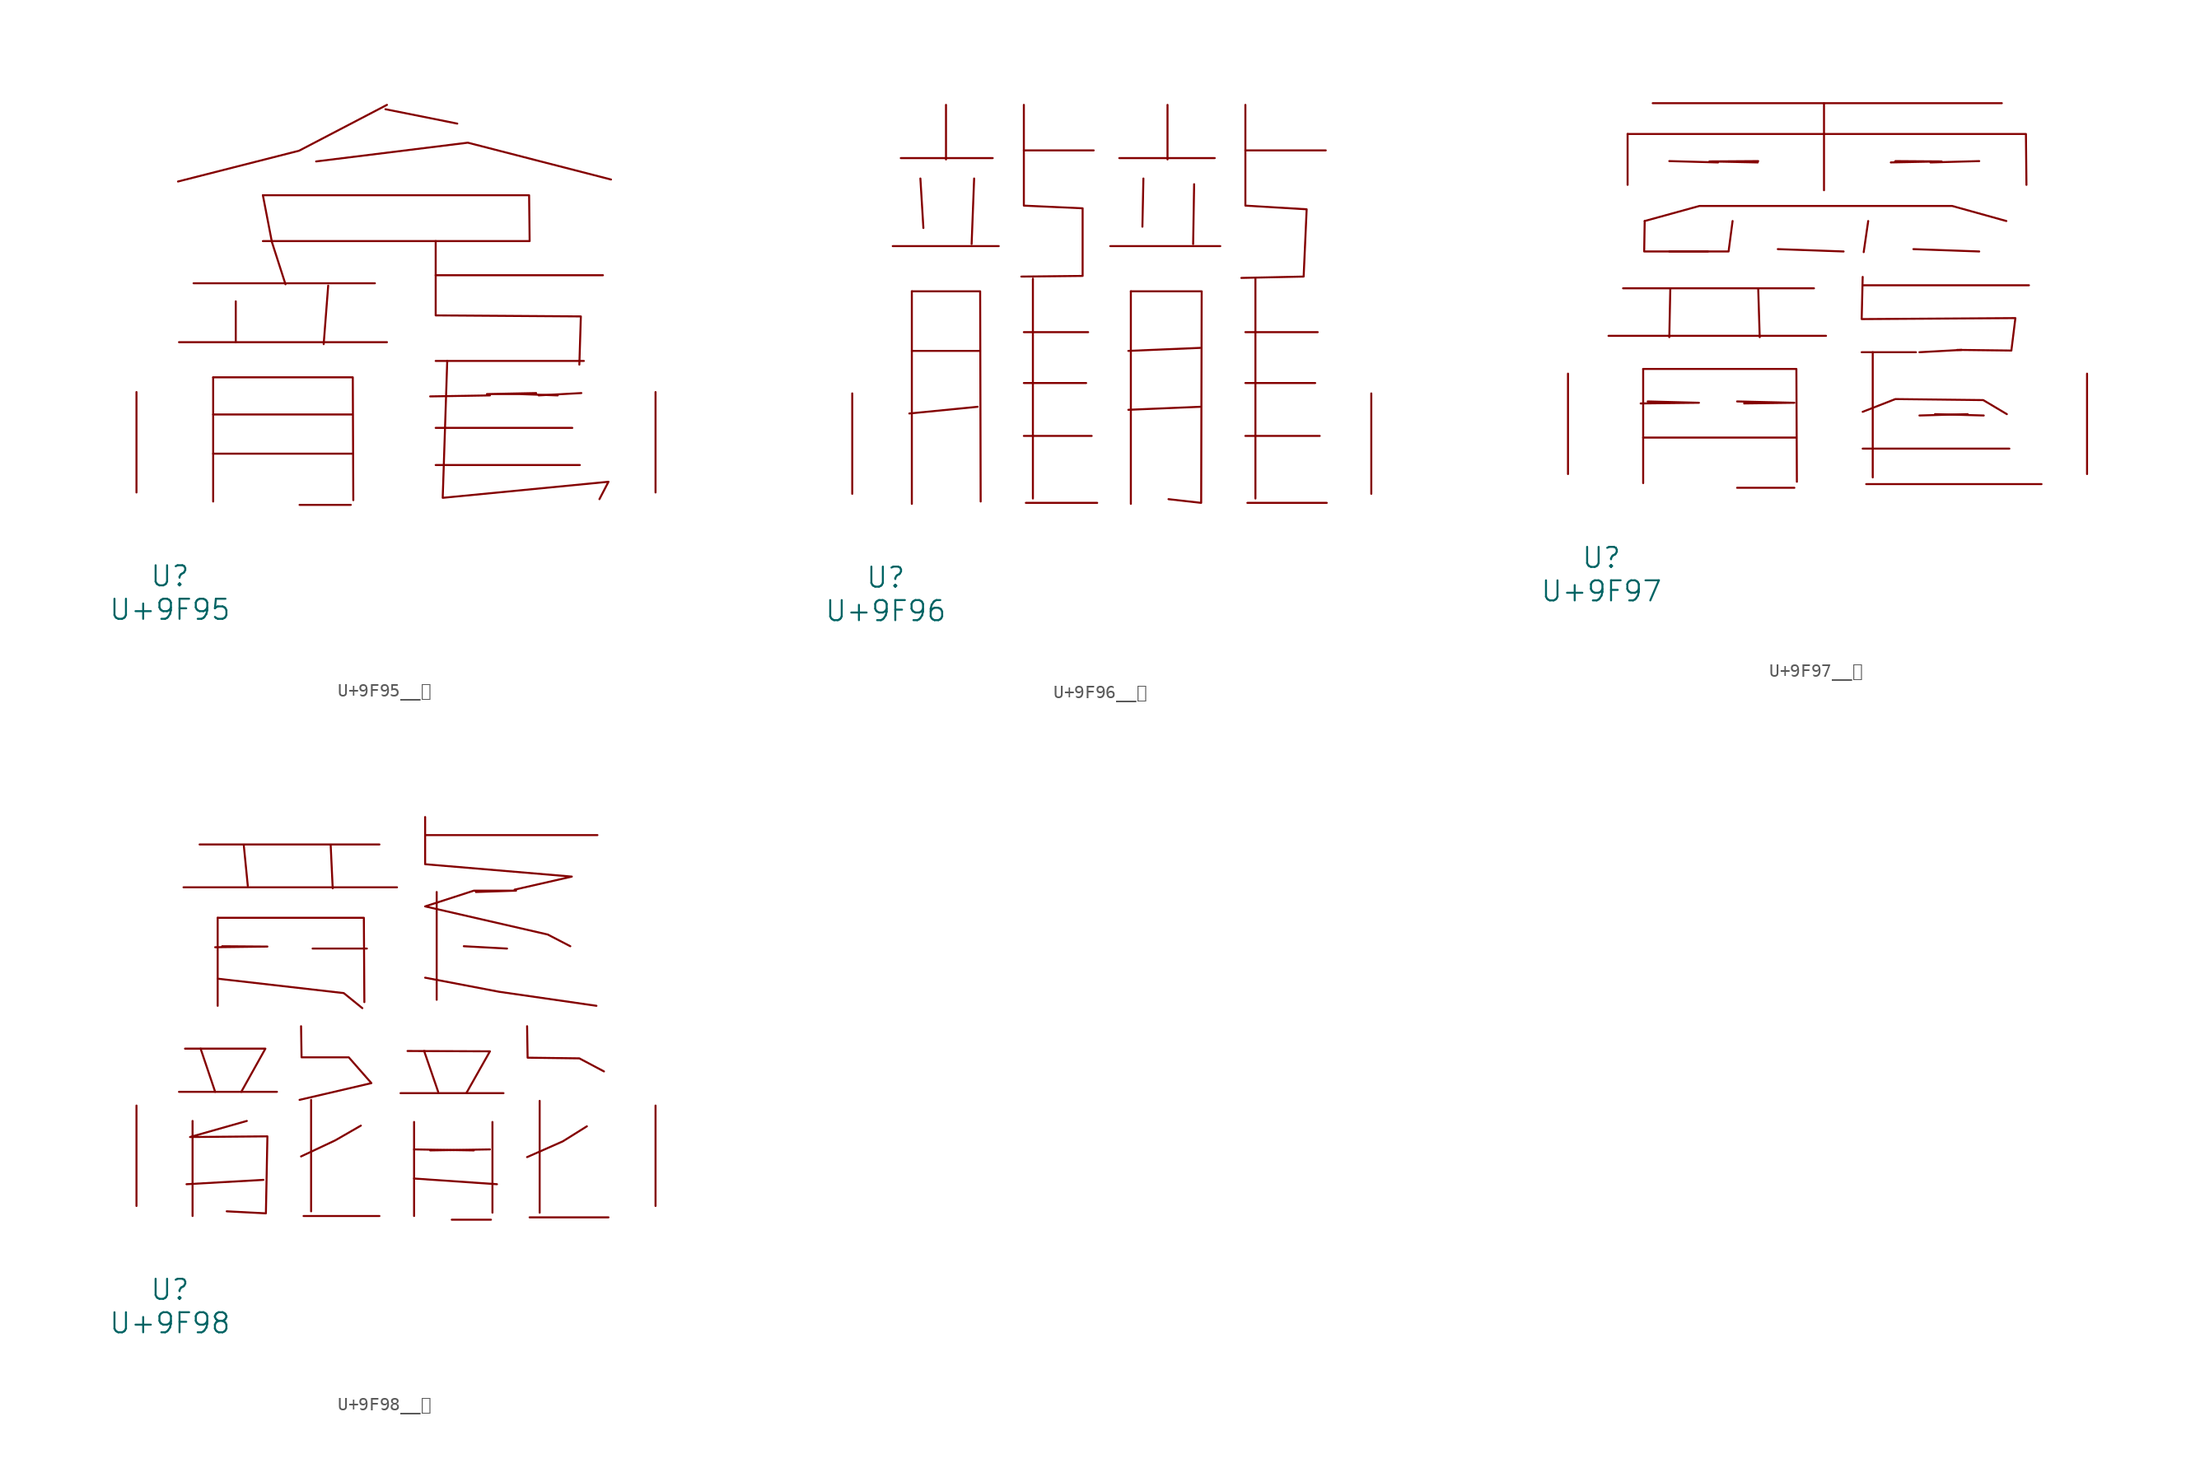
<source format=kicad_sym>
(kicad_symbol_lib
  (version 20231120)
  (generator "kicad_symbol_editor")
  (generator_version "8.0")
  (symbol "U+9F95__龕"
    (pin_names
      (offset 1.016))
    (property "Reference" "U"
      (at 0 -6.35 0)
      (effects (font (size 1.524 1.524))))
    (property "Value" "U+9F95"
      (at 0 -8.89 0)
      (effects (font (size 1.524 1.524))))
    (symbol "U+9F95__龕_0_1"
      (polyline (pts (xy 0.686 11.405) (xy 16.459 11.405)) (stroke (width 0) (type solid)) (fill (type none)))
      (polyline (pts (xy 1.791 15.875) (xy 15.545 15.875)) (stroke (width 0) (type solid)) (fill (type none)))
      (polyline (pts (xy 3.277 2.946) (xy 13.83 2.946)) (stroke (width 0) (type solid)) (fill (type none)))
      (polyline (pts (xy 3.277 5.918) (xy 13.83 5.918)) (stroke (width 0) (type solid)) (fill (type none)))
      (polyline (pts (xy 3.277 8.738) (xy 3.277 -0.686)) (stroke (width 0) (type solid)) (fill (type none)))
      (polyline (pts (xy 4.991 14.503) (xy 4.991 11.405)) (stroke (width 0) (type solid)) (fill (type none)))
      (polyline (pts (xy 7.048 19.075) (xy 27.28 19.075)) (stroke (width 0) (type solid)) (fill (type none)))
      (polyline (pts (xy 9.83 -0.94) (xy 13.716 -0.94)) (stroke (width 0) (type solid)) (fill (type none)))
      (polyline (pts (xy 12.002 15.697) (xy 11.659 11.252)) (stroke (width 0) (type solid)) (fill (type none)))
      (polyline (pts (xy 16.345 29.083) (xy 21.793 27.991)) (stroke (width 0) (type solid)) (fill (type none)))
      (polyline (pts (xy 20.155 2.083) (xy 31.09 2.083)) (stroke (width 0) (type solid)) (fill (type none)))
      (polyline (pts (xy 20.155 4.902) (xy 30.518 4.902)) (stroke (width 0) (type solid)) (fill (type none)))
      (polyline (pts (xy 20.155 9.982) (xy 31.394 9.982)) (stroke (width 0) (type solid)) (fill (type none)))
      (polyline (pts (xy 20.155 16.485) (xy 32.842 16.485)) (stroke (width 0) (type solid)) (fill (type none)))
      (polyline (pts (xy 24.27 7.366) (xy 19.736 7.29)) (stroke (width 0) (type solid)) (fill (type none)))
      (polyline (pts (xy 27.965 7.366) (xy 31.204 7.544)) (stroke (width 0) (type solid)) (fill (type none)))
      (polyline (pts (xy 3.277 8.738) (xy 13.868 8.738) (xy 13.906 -0.584)) (stroke (width 0) (type solid)) (fill (type none)))
      (polyline (pts (xy 7.048 22.555) (xy 7.734 18.999) (xy 8.763 15.799)) (stroke (width 0) (type solid)) (fill (type none)))
      (polyline (pts (xy 7.048 22.555) (xy 27.241 22.555) (xy 27.28 19.126)) (stroke (width 0) (type solid)) (fill (type none)))
      (polyline (pts (xy 11.087 25.121) (xy 22.593 26.543) (xy 33.452 23.749)) (stroke (width 0) (type solid)) (fill (type none)))
      (polyline (pts (xy 16.459 29.413) (xy 9.792 25.933) (xy 0.61 23.597)) (stroke (width 0) (type solid)) (fill (type none)))
      (polyline (pts (xy 20.155 19.075) (xy 20.155 13.437) (xy 31.166 13.36) (xy 31.052 9.703)) (stroke (width 0) (type solid)) (fill (type none)))
      (polyline (pts (xy 21.031 9.982) (xy 20.688 -0.406) (xy 33.261 0.813) (xy 32.575 -0.508)) (stroke (width 0) (type solid)) (fill (type none)))
      (polyline (pts (xy 29.413 7.366) (xy 26.48 7.468) (xy 24.041 7.468) (xy 27.775 7.544)) (stroke (width 0) (type solid)) (fill (type none)))
      (pin input line (at -2.54 0 90) (length 7.62) (name "~" (effects (font (size 1.27 1.27)))) (number "~" (effects (font (size 1.27 1.27)))))
      (pin input line (at 36.83 0 90) (length 7.62) (name "~" (effects (font (size 1.27 1.27)))) (number "~" (effects (font (size 1.27 1.27)))))))
  (symbol "U+9F96__龖"
    (pin_names
      (offset 1.016))
    (property "Reference" "U"
      (at 0 -6.35 0)
      (effects (font (size 1.524 1.524))))
    (property "Value" "U+9F96"
      (at 0 -8.89 0)
      (effects (font (size 1.524 1.524))))
    (symbol "U+9F96__龖_0_1"
      (polyline (pts (xy 0.533 18.796) (xy 8.572 18.796)) (stroke (width 0) (type solid)) (fill (type none)))
      (polyline (pts (xy 1.143 25.476) (xy 8.115 25.476)) (stroke (width 0) (type solid)) (fill (type none)))
      (polyline (pts (xy 1.981 10.846) (xy 7.087 10.846)) (stroke (width 0) (type solid)) (fill (type none)))
      (polyline (pts (xy 1.981 15.367) (xy 1.981 -0.762)) (stroke (width 0) (type solid)) (fill (type none)))
      (polyline (pts (xy 2.629 23.927) (xy 2.857 20.168)) (stroke (width 0) (type solid)) (fill (type none)))
      (polyline (pts (xy 4.572 29.515) (xy 4.572 25.375)) (stroke (width 0) (type solid)) (fill (type none)))
      (polyline (pts (xy 6.706 23.927) (xy 6.515 18.948)) (stroke (width 0) (type solid)) (fill (type none)))
      (polyline (pts (xy 6.972 6.604) (xy 1.791 6.096)) (stroke (width 0) (type solid)) (fill (type none)))
      (polyline (pts (xy 10.477 4.394) (xy 15.621 4.394)) (stroke (width 0) (type solid)) (fill (type none)))
      (polyline (pts (xy 10.477 8.407) (xy 15.202 8.407)) (stroke (width 0) (type solid)) (fill (type none)))
      (polyline (pts (xy 10.477 12.268) (xy 15.354 12.268)) (stroke (width 0) (type solid)) (fill (type none)))
      (polyline (pts (xy 10.477 26.06) (xy 15.773 26.06)) (stroke (width 0) (type solid)) (fill (type none)))
      (polyline (pts (xy 10.63 -0.686) (xy 16.04 -0.686)) (stroke (width 0) (type solid)) (fill (type none)))
      (polyline (pts (xy 11.163 16.332) (xy 11.163 -0.356)) (stroke (width 0) (type solid)) (fill (type none)))
      (polyline (pts (xy 17.031 18.796) (xy 25.375 18.796)) (stroke (width 0) (type solid)) (fill (type none)))
      (polyline (pts (xy 17.716 25.476) (xy 24.956 25.476)) (stroke (width 0) (type solid)) (fill (type none)))
      (polyline (pts (xy 18.593 15.367) (xy 18.593 -0.762)) (stroke (width 0) (type solid)) (fill (type none)))
      (polyline (pts (xy 19.545 23.927) (xy 19.469 20.269)) (stroke (width 0) (type solid)) (fill (type none)))
      (polyline (pts (xy 21.374 29.515) (xy 21.374 25.375)) (stroke (width 0) (type solid)) (fill (type none)))
      (polyline (pts (xy 23.393 23.495) (xy 23.317 18.948)) (stroke (width 0) (type solid)) (fill (type none)))
      (polyline (pts (xy 23.851 6.604) (xy 18.402 6.375)) (stroke (width 0) (type solid)) (fill (type none)))
      (polyline (pts (xy 23.851 11.074) (xy 18.402 10.846)) (stroke (width 0) (type solid)) (fill (type none)))
      (polyline (pts (xy 27.28 4.394) (xy 32.918 4.394)) (stroke (width 0) (type solid)) (fill (type none)))
      (polyline (pts (xy 27.28 8.407) (xy 32.575 8.407)) (stroke (width 0) (type solid)) (fill (type none)))
      (polyline (pts (xy 27.28 12.268) (xy 32.766 12.268)) (stroke (width 0) (type solid)) (fill (type none)))
      (polyline (pts (xy 27.28 26.06) (xy 33.376 26.06)) (stroke (width 0) (type solid)) (fill (type none)))
      (polyline (pts (xy 27.432 -0.686) (xy 33.452 -0.686)) (stroke (width 0) (type solid)) (fill (type none)))
      (polyline (pts (xy 28.042 16.332) (xy 28.042 -0.356)) (stroke (width 0) (type solid)) (fill (type none)))
      (polyline (pts (xy 1.981 15.367) (xy 7.163 15.367) (xy 7.201 -0.584)) (stroke (width 0) (type solid)) (fill (type none)))
      (polyline (pts (xy 18.593 15.367) (xy 23.965 15.367) (xy 23.927 -0.686) (xy 21.45 -0.406)) (stroke (width 0) (type solid)) (fill (type none)))
      (polyline (pts (xy 10.477 29.515) (xy 10.477 21.869) (xy 14.935 21.666) (xy 14.935 16.535) (xy 10.287 16.485)) (stroke (width 0) (type solid)) (fill (type none)))
      (polyline (pts (xy 27.28 29.515) (xy 27.28 21.869) (xy 31.928 21.59) (xy 31.699 16.485) (xy 26.975 16.383)) (stroke (width 0) (type solid)) (fill (type none)))
      (pin input line (at -2.54 0 90) (length 7.62) (name "~" (effects (font (size 1.27 1.27)))) (number "~" (effects (font (size 1.27 1.27)))))
      (pin input line (at 36.83 0 90) (length 7.62) (name "~" (effects (font (size 1.27 1.27)))) (number "~" (effects (font (size 1.27 1.27)))))))
  (symbol "U+9F97__龗"
    (pin_names
      (offset 1.016))
    (property "Reference" "U"
      (at 0 -6.35 0)
      (effects (font (size 1.524 1.524))))
    (property "Value" "U+9F97"
      (at 0 -8.89 0)
      (effects (font (size 1.524 1.524))))
    (symbol "U+9F97__龗_0_1"
      (polyline (pts (xy 0.533 10.49) (xy 17.031 10.49)) (stroke (width 0) (type solid)) (fill (type none)))
      (polyline (pts (xy 1.638 14.097) (xy 16.116 14.097)) (stroke (width 0) (type solid)) (fill (type none)))
      (polyline (pts (xy 1.981 25.806) (xy 1.981 21.946)) (stroke (width 0) (type solid)) (fill (type none)))
      (polyline (pts (xy 3.162 2.769) (xy 14.745 2.769)) (stroke (width 0) (type solid)) (fill (type none)))
      (polyline (pts (xy 3.162 7.976) (xy 3.162 -0.686)) (stroke (width 0) (type solid)) (fill (type none)))
      (polyline (pts (xy 3.886 28.143) (xy 30.366 28.143)) (stroke (width 0) (type solid)) (fill (type none)))
      (polyline (pts (xy 5.22 14.097) (xy 5.144 10.389)) (stroke (width 0) (type solid)) (fill (type none)))
      (polyline (pts (xy 8.839 23.647) (xy 5.144 23.749)) (stroke (width 0) (type solid)) (fill (type none)))
      (polyline (pts (xy 10.287 -1.041) (xy 14.63 -1.041)) (stroke (width 0) (type solid)) (fill (type none)))
      (polyline (pts (xy 11.887 14.097) (xy 12.002 10.389)) (stroke (width 0) (type solid)) (fill (type none)))
      (polyline (pts (xy 13.373 17.069) (xy 18.364 16.891)) (stroke (width 0) (type solid)) (fill (type none)))
      (polyline (pts (xy 16.878 28.143) (xy 16.878 21.539)) (stroke (width 0) (type solid)) (fill (type none)))
      (polyline (pts (xy 19.812 1.93) (xy 30.937 1.93)) (stroke (width 0) (type solid)) (fill (type none)))
      (polyline (pts (xy 19.812 14.326) (xy 32.423 14.326)) (stroke (width 0) (type solid)) (fill (type none)))
      (polyline (pts (xy 20.079 -0.762) (xy 33.376 -0.762)) (stroke (width 0) (type solid)) (fill (type none)))
      (polyline (pts (xy 20.231 19.202) (xy 19.888 16.84)) (stroke (width 0) (type solid)) (fill (type none)))
      (polyline (pts (xy 20.574 9.246) (xy 20.574 -0.254)) (stroke (width 0) (type solid)) (fill (type none)))
      (polyline (pts (xy 23.66 17.069) (xy 28.651 16.891)) (stroke (width 0) (type solid)) (fill (type none)))
      (polyline (pts (xy 23.851 9.246) (xy 19.736 9.246)) (stroke (width 0) (type solid)) (fill (type none)))
      (polyline (pts (xy 24.117 4.445) (xy 27.775 4.547)) (stroke (width 0) (type solid)) (fill (type none)))
      (polyline (pts (xy 24.117 9.246) (xy 27.318 9.423)) (stroke (width 0) (type solid)) (fill (type none)))
      (polyline (pts (xy 24.956 23.647) (xy 28.651 23.749)) (stroke (width 0) (type solid)) (fill (type none)))
      (polyline (pts (xy 28.994 4.445) (xy 25.298 4.547)) (stroke (width 0) (type solid)) (fill (type none)))
      (polyline (pts (xy 1.981 25.806) (xy 32.194 25.806) (xy 32.233 21.946)) (stroke (width 0) (type solid)) (fill (type none)))
      (polyline (pts (xy 3.162 7.976) (xy 14.783 7.976) (xy 14.821 -0.584)) (stroke (width 0) (type solid)) (fill (type none)))
      (polyline (pts (xy 3.277 19.202) (xy 3.239 16.891) (xy 8.077 16.891)) (stroke (width 0) (type solid)) (fill (type none)))
      (polyline (pts (xy 3.505 5.512) (xy 7.391 5.41) (xy 2.972 5.359)) (stroke (width 0) (type solid)) (fill (type none)))
      (polyline (pts (xy 9.944 19.202) (xy 9.639 16.891) (xy 5.144 16.891)) (stroke (width 0) (type solid)) (fill (type none)))
      (polyline (pts (xy 10.82 5.359) (xy 14.63 5.41) (xy 10.287 5.512)) (stroke (width 0) (type solid)) (fill (type none)))
      (polyline (pts (xy 11.849 23.647) (xy 8.191 23.724) (xy 11.887 23.749)) (stroke (width 0) (type solid)) (fill (type none)))
      (polyline (pts (xy 21.946 23.647) (xy 25.794 23.724) (xy 22.288 23.749)) (stroke (width 0) (type solid)) (fill (type none)))
      (polyline (pts (xy 19.812 4.724) (xy 22.288 5.69) (xy 28.956 5.613) (xy 30.747 4.547)) (stroke (width 0) (type solid)) (fill (type none)))
      (polyline (pts (xy 19.812 14.961) (xy 19.736 11.76) (xy 31.394 11.836) (xy 31.09 9.373) (xy 26.975 9.423)) (stroke (width 0) (type solid)) (fill (type none)))
      (polyline (pts (xy 3.277 19.202) (xy 7.429 20.345) (xy 13.221 20.345) (xy 20.498 20.345) (xy 26.594 20.345) (xy 30.709 19.202)) (stroke (width 0) (type solid)) (fill (type none)))
      (pin input line (at -2.54 0 90) (length 7.62) (name "~" (effects (font (size 1.27 1.27)))) (number "~" (effects (font (size 1.27 1.27)))))
      (pin input line (at 36.83 0 90) (length 7.62) (name "~" (effects (font (size 1.27 1.27)))) (number "~" (effects (font (size 1.27 1.27)))))))
  (symbol "U+9F98__龘"
    (pin_names
      (offset 1.016))
    (property "Reference" "U"
      (at 0 -6.35 0)
      (effects (font (size 1.524 1.524))))
    (property "Value" "U+9F98"
      (at 0 -8.89 0)
      (effects (font (size 1.524 1.524))))
    (symbol "U+9F98__龘_0_1"
      (polyline (pts (xy 0.686 8.661) (xy 8.115 8.661)) (stroke (width 0) (type solid)) (fill (type none)))
      (polyline (pts (xy 1.029 24.181) (xy 17.221 24.181)) (stroke (width 0) (type solid)) (fill (type none)))
      (polyline (pts (xy 1.714 6.452) (xy 1.714 -0.762)) (stroke (width 0) (type solid)) (fill (type none)))
      (polyline (pts (xy 2.248 27.432) (xy 15.888 27.432)) (stroke (width 0) (type solid)) (fill (type none)))
      (polyline (pts (xy 2.324 11.938) (xy 3.429 8.661)) (stroke (width 0) (type solid)) (fill (type none)))
      (polyline (pts (xy 3.619 21.869) (xy 3.619 15.189)) (stroke (width 0) (type solid)) (fill (type none)))
      (polyline (pts (xy 5.601 27.356) (xy 5.905 24.282)) (stroke (width 0) (type solid)) (fill (type none)))
      (polyline (pts (xy 7.087 1.981) (xy 1.257 1.651)) (stroke (width 0) (type solid)) (fill (type none)))
      (polyline (pts (xy 10.135 -0.762) (xy 15.888 -0.762)) (stroke (width 0) (type solid)) (fill (type none)))
      (polyline (pts (xy 10.706 8.052) (xy 10.706 -0.406)) (stroke (width 0) (type solid)) (fill (type none)))
      (polyline (pts (xy 10.82 19.533) (xy 14.935 19.533)) (stroke (width 0) (type solid)) (fill (type none)))
      (polyline (pts (xy 12.192 27.356) (xy 12.344 24.105)) (stroke (width 0) (type solid)) (fill (type none)))
      (polyline (pts (xy 17.488 8.56) (xy 25.298 8.56)) (stroke (width 0) (type solid)) (fill (type none)))
      (polyline (pts (xy 18.517 2.083) (xy 24.803 1.651)) (stroke (width 0) (type solid)) (fill (type none)))
      (polyline (pts (xy 18.517 4.293) (xy 23.05 4.216)) (stroke (width 0) (type solid)) (fill (type none)))
      (polyline (pts (xy 18.517 6.375) (xy 18.517 -0.762)) (stroke (width 0) (type solid)) (fill (type none)))
      (polyline (pts (xy 19.279 11.76) (xy 20.345 8.661)) (stroke (width 0) (type solid)) (fill (type none)))
      (polyline (pts (xy 19.355 28.143) (xy 32.423 28.143)) (stroke (width 0) (type solid)) (fill (type none)))
      (polyline (pts (xy 20.231 23.825) (xy 20.231 15.646)) (stroke (width 0) (type solid)) (fill (type none)))
      (polyline (pts (xy 21.374 -1.041) (xy 24.346 -1.041)) (stroke (width 0) (type solid)) (fill (type none)))
      (polyline (pts (xy 24.27 4.293) (xy 19.736 4.216)) (stroke (width 0) (type solid)) (fill (type none)))
      (polyline (pts (xy 24.46 6.375) (xy 24.46 -0.508)) (stroke (width 0) (type solid)) (fill (type none)))
      (polyline (pts (xy 25.565 19.533) (xy 22.288 19.71)) (stroke (width 0) (type solid)) (fill (type none)))
      (polyline (pts (xy 27.28 -0.864) (xy 33.261 -0.864)) (stroke (width 0) (type solid)) (fill (type none)))
      (polyline (pts (xy 28.042 7.976) (xy 28.042 -0.508)) (stroke (width 0) (type solid)) (fill (type none)))
      (polyline (pts (xy 1.143 11.938) (xy 7.239 11.938) (xy 5.41 8.661)) (stroke (width 0) (type solid)) (fill (type none)))
      (polyline (pts (xy 3.619 17.247) (xy 13.183 16.154) (xy 14.592 15.011)) (stroke (width 0) (type solid)) (fill (type none)))
      (polyline (pts (xy 3.619 21.869) (xy 14.707 21.869) (xy 14.745 15.469)) (stroke (width 0) (type solid)) (fill (type none)))
      (polyline (pts (xy 3.962 19.71) (xy 7.391 19.685) (xy 3.429 19.634)) (stroke (width 0) (type solid)) (fill (type none)))
      (polyline (pts (xy 9.944 3.759) (xy 12.535 4.978) (xy 14.478 6.096)) (stroke (width 0) (type solid)) (fill (type none)))
      (polyline (pts (xy 18.021 11.76) (xy 24.27 11.735) (xy 22.479 8.56)) (stroke (width 0) (type solid)) (fill (type none)))
      (polyline (pts (xy 19.355 17.323) (xy 24.956 16.256) (xy 32.347 15.189)) (stroke (width 0) (type solid)) (fill (type none)))
      (polyline (pts (xy 27.089 3.708) (xy 29.794 4.902) (xy 31.623 6.045)) (stroke (width 0) (type solid)) (fill (type none)))
      (polyline (pts (xy 19.355 29.515) (xy 19.355 25.933) (xy 30.48 24.994) (xy 26.137 24.003)) (stroke (width 0) (type solid)) (fill (type none)))
      (polyline (pts (xy 27.089 13.64) (xy 27.127 11.252) (xy 31.052 11.201) (xy 32.918 10.211)) (stroke (width 0) (type solid)) (fill (type none)))
      (polyline (pts (xy 5.829 6.452) (xy 1.524 5.232) (xy 7.391 5.283) (xy 7.277 -0.559) (xy 4.305 -0.406)) (stroke (width 0) (type solid)) (fill (type none)))
      (polyline (pts (xy 9.944 13.64) (xy 9.982 11.278) (xy 13.564 11.278) (xy 15.278 9.322) (xy 9.83 8.052)) (stroke (width 0) (type solid)) (fill (type none)))
      (polyline (pts (xy 23.203 23.825) (xy 26.251 23.927) (xy 23.05 23.927) (xy 19.355 22.733) (xy 28.651 20.599) (xy 30.366 19.71)) (stroke (width 0) (type solid)) (fill (type none)))
      (pin input line (at -2.54 0 90) (length 7.62) (name "~" (effects (font (size 1.27 1.27)))) (number "~" (effects (font (size 1.27 1.27)))))
      (pin input line (at 36.83 0 90) (length 7.62) (name "~" (effects (font (size 1.27 1.27)))) (number "~" (effects (font (size 1.27 1.27))))))))
</source>
